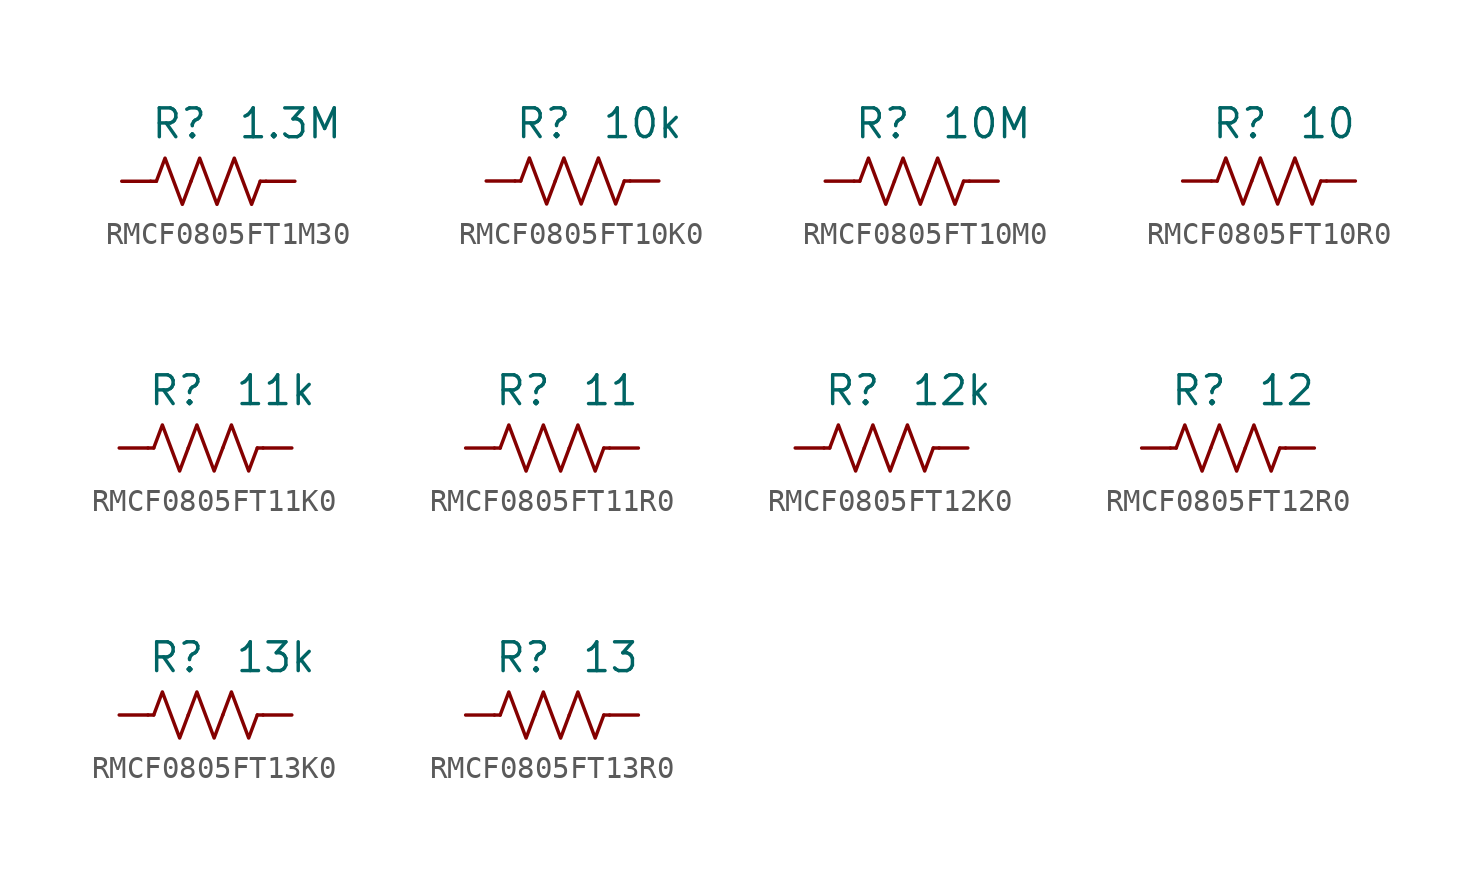
<source format=kicad_sym>
(kicad_symbol_lib
  (version 20241209)
  (generator "kicad_symbol_editor")
  (generator_version "9.0")
  (symbol "RMCF0805FT1M30"
    (pin_numbers
      (hide yes))
    (property "Reference" "R"
      (at 0 2.54 0)
      (effects (font (size 1.27 1.27)) (justify right)))
    (property "Value" "1.3M"
      (at 1.27 2.54 0)
      (effects (font (size 1.27 1.27)) (justify left)))
    (symbol "RMCF0805FT1M30_0_1"
      (polyline (pts (xy -2.286 0) (xy -2.54 0)) (stroke (width 0) (type default)) (fill (type none)))
      (polyline (pts (xy -2.286 0) (xy -1.905 1.016) (xy -1.524 0) (xy -1.143 -1.016) (xy -0.762 0)) (stroke (width 0) (type default)) (fill (type none)))
      (polyline (pts (xy -0.762 0) (xy -0.381 1.016) (xy 0 0) (xy 0.381 -1.016) (xy 0.762 0)) (stroke (width 0) (type default)) (fill (type none)))
      (polyline (pts (xy 0.762 0) (xy 1.143 1.016) (xy 1.524 0) (xy 1.905 -1.016) (xy 2.286 0)) (stroke (width 0) (type default)) (fill (type none)))
      (polyline (pts (xy 2.286 0) (xy 2.54 0)) (stroke (width 0) (type default)) (fill (type none))))
    (symbol "RMCF0805FT1M30_1_1"
      (pin passive line (at -3.81 0 0) (length 1.27) (name "~" (effects (font (size 1.27 1.27)))) (number "1" (effects (font (size 1.27 1.27)))))
      (pin passive line (at 3.81 0 180) (length 1.27) (name "~" (effects (font (size 1.27 1.27)))) (number "2" (effects (font (size 1.27 1.27)))))))
  (symbol "RMCF0805FT10K0"
    (pin_numbers
      (hide yes))
    (property "Reference" "R"
      (at 0 2.54 0)
      (effects (font (size 1.27 1.27)) (justify right)))
    (property "Value" "10k"
      (at 1.27 2.54 0)
      (effects (font (size 1.27 1.27)) (justify left)))
    (symbol "RMCF0805FT10K0_0_1"
      (polyline (pts (xy -2.286 0) (xy -2.54 0)) (stroke (width 0) (type default)) (fill (type none)))
      (polyline (pts (xy -2.286 0) (xy -1.905 1.016) (xy -1.524 0) (xy -1.143 -1.016) (xy -0.762 0)) (stroke (width 0) (type default)) (fill (type none)))
      (polyline (pts (xy -0.762 0) (xy -0.381 1.016) (xy 0 0) (xy 0.381 -1.016) (xy 0.762 0)) (stroke (width 0) (type default)) (fill (type none)))
      (polyline (pts (xy 0.762 0) (xy 1.143 1.016) (xy 1.524 0) (xy 1.905 -1.016) (xy 2.286 0)) (stroke (width 0) (type default)) (fill (type none)))
      (polyline (pts (xy 2.286 0) (xy 2.54 0)) (stroke (width 0) (type default)) (fill (type none))))
    (symbol "RMCF0805FT10K0_1_1"
      (pin passive line (at -3.81 0 0) (length 1.27) (name "~" (effects (font (size 1.27 1.27)))) (number "1" (effects (font (size 1.27 1.27)))))
      (pin passive line (at 3.81 0 180) (length 1.27) (name "~" (effects (font (size 1.27 1.27)))) (number "2" (effects (font (size 1.27 1.27)))))))
  (symbol "RMCF0805FT10M0"
    (pin_numbers
      (hide yes))
    (property "Reference" "R"
      (at 0 2.54 0)
      (effects (font (size 1.27 1.27)) (justify right)))
    (property "Value" "10M"
      (at 1.27 2.54 0)
      (effects (font (size 1.27 1.27)) (justify left)))
    (symbol "RMCF0805FT10M0_0_1"
      (polyline (pts (xy -2.286 0) (xy -2.54 0)) (stroke (width 0) (type default)) (fill (type none)))
      (polyline (pts (xy -2.286 0) (xy -1.905 1.016) (xy -1.524 0) (xy -1.143 -1.016) (xy -0.762 0)) (stroke (width 0) (type default)) (fill (type none)))
      (polyline (pts (xy -0.762 0) (xy -0.381 1.016) (xy 0 0) (xy 0.381 -1.016) (xy 0.762 0)) (stroke (width 0) (type default)) (fill (type none)))
      (polyline (pts (xy 0.762 0) (xy 1.143 1.016) (xy 1.524 0) (xy 1.905 -1.016) (xy 2.286 0)) (stroke (width 0) (type default)) (fill (type none)))
      (polyline (pts (xy 2.286 0) (xy 2.54 0)) (stroke (width 0) (type default)) (fill (type none))))
    (symbol "RMCF0805FT10M0_1_1"
      (pin passive line (at -3.81 0 0) (length 1.27) (name "~" (effects (font (size 1.27 1.27)))) (number "1" (effects (font (size 1.27 1.27)))))
      (pin passive line (at 3.81 0 180) (length 1.27) (name "~" (effects (font (size 1.27 1.27)))) (number "2" (effects (font (size 1.27 1.27)))))))
  (symbol "RMCF0805FT10R0"
    (pin_numbers
      (hide yes))
    (property "Reference" "R"
      (at 0 2.54 0)
      (effects (font (size 1.27 1.27)) (justify right)))
    (property "Value" "10"
      (at 1.27 2.54 0)
      (effects (font (size 1.27 1.27)) (justify left)))
    (symbol "RMCF0805FT10R0_0_1"
      (polyline (pts (xy -2.286 0) (xy -2.54 0)) (stroke (width 0) (type default)) (fill (type none)))
      (polyline (pts (xy -2.286 0) (xy -1.905 1.016) (xy -1.524 0) (xy -1.143 -1.016) (xy -0.762 0)) (stroke (width 0) (type default)) (fill (type none)))
      (polyline (pts (xy -0.762 0) (xy -0.381 1.016) (xy 0 0) (xy 0.381 -1.016) (xy 0.762 0)) (stroke (width 0) (type default)) (fill (type none)))
      (polyline (pts (xy 0.762 0) (xy 1.143 1.016) (xy 1.524 0) (xy 1.905 -1.016) (xy 2.286 0)) (stroke (width 0) (type default)) (fill (type none)))
      (polyline (pts (xy 2.286 0) (xy 2.54 0)) (stroke (width 0) (type default)) (fill (type none))))
    (symbol "RMCF0805FT10R0_1_1"
      (pin passive line (at -3.81 0 0) (length 1.27) (name "~" (effects (font (size 1.27 1.27)))) (number "1" (effects (font (size 1.27 1.27)))))
      (pin passive line (at 3.81 0 180) (length 1.27) (name "~" (effects (font (size 1.27 1.27)))) (number "2" (effects (font (size 1.27 1.27)))))))
  (symbol "RMCF0805FT11K0"
    (pin_numbers
      (hide yes))
    (property "Reference" "R"
      (at 0 2.54 0)
      (effects (font (size 1.27 1.27)) (justify right)))
    (property "Value" "11k"
      (at 1.27 2.54 0)
      (effects (font (size 1.27 1.27)) (justify left)))
    (symbol "RMCF0805FT11K0_0_1"
      (polyline (pts (xy -2.286 0) (xy -2.54 0)) (stroke (width 0) (type default)) (fill (type none)))
      (polyline (pts (xy -2.286 0) (xy -1.905 1.016) (xy -1.524 0) (xy -1.143 -1.016) (xy -0.762 0)) (stroke (width 0) (type default)) (fill (type none)))
      (polyline (pts (xy -0.762 0) (xy -0.381 1.016) (xy 0 0) (xy 0.381 -1.016) (xy 0.762 0)) (stroke (width 0) (type default)) (fill (type none)))
      (polyline (pts (xy 0.762 0) (xy 1.143 1.016) (xy 1.524 0) (xy 1.905 -1.016) (xy 2.286 0)) (stroke (width 0) (type default)) (fill (type none)))
      (polyline (pts (xy 2.286 0) (xy 2.54 0)) (stroke (width 0) (type default)) (fill (type none))))
    (symbol "RMCF0805FT11K0_1_1"
      (pin passive line (at -3.81 0 0) (length 1.27) (name "~" (effects (font (size 1.27 1.27)))) (number "1" (effects (font (size 1.27 1.27)))))
      (pin passive line (at 3.81 0 180) (length 1.27) (name "~" (effects (font (size 1.27 1.27)))) (number "2" (effects (font (size 1.27 1.27)))))))
  (symbol "RMCF0805FT11R0"
    (pin_numbers
      (hide yes))
    (property "Reference" "R"
      (at 0 2.54 0)
      (effects (font (size 1.27 1.27)) (justify right)))
    (property "Value" "11"
      (at 1.27 2.54 0)
      (effects (font (size 1.27 1.27)) (justify left)))
    (symbol "RMCF0805FT11R0_0_1"
      (polyline (pts (xy -2.286 0) (xy -2.54 0)) (stroke (width 0) (type default)) (fill (type none)))
      (polyline (pts (xy -2.286 0) (xy -1.905 1.016) (xy -1.524 0) (xy -1.143 -1.016) (xy -0.762 0)) (stroke (width 0) (type default)) (fill (type none)))
      (polyline (pts (xy -0.762 0) (xy -0.381 1.016) (xy 0 0) (xy 0.381 -1.016) (xy 0.762 0)) (stroke (width 0) (type default)) (fill (type none)))
      (polyline (pts (xy 0.762 0) (xy 1.143 1.016) (xy 1.524 0) (xy 1.905 -1.016) (xy 2.286 0)) (stroke (width 0) (type default)) (fill (type none)))
      (polyline (pts (xy 2.286 0) (xy 2.54 0)) (stroke (width 0) (type default)) (fill (type none))))
    (symbol "RMCF0805FT11R0_1_1"
      (pin passive line (at -3.81 0 0) (length 1.27) (name "~" (effects (font (size 1.27 1.27)))) (number "1" (effects (font (size 1.27 1.27)))))
      (pin passive line (at 3.81 0 180) (length 1.27) (name "~" (effects (font (size 1.27 1.27)))) (number "2" (effects (font (size 1.27 1.27)))))))
  (symbol "RMCF0805FT12K0"
    (pin_numbers
      (hide yes))
    (property "Reference" "R"
      (at 0 2.54 0)
      (effects (font (size 1.27 1.27)) (justify right)))
    (property "Value" "12k"
      (at 1.27 2.54 0)
      (effects (font (size 1.27 1.27)) (justify left)))
    (symbol "RMCF0805FT12K0_0_1"
      (polyline (pts (xy -2.286 0) (xy -2.54 0)) (stroke (width 0) (type default)) (fill (type none)))
      (polyline (pts (xy -2.286 0) (xy -1.905 1.016) (xy -1.524 0) (xy -1.143 -1.016) (xy -0.762 0)) (stroke (width 0) (type default)) (fill (type none)))
      (polyline (pts (xy -0.762 0) (xy -0.381 1.016) (xy 0 0) (xy 0.381 -1.016) (xy 0.762 0)) (stroke (width 0) (type default)) (fill (type none)))
      (polyline (pts (xy 0.762 0) (xy 1.143 1.016) (xy 1.524 0) (xy 1.905 -1.016) (xy 2.286 0)) (stroke (width 0) (type default)) (fill (type none)))
      (polyline (pts (xy 2.286 0) (xy 2.54 0)) (stroke (width 0) (type default)) (fill (type none))))
    (symbol "RMCF0805FT12K0_1_1"
      (pin passive line (at -3.81 0 0) (length 1.27) (name "~" (effects (font (size 1.27 1.27)))) (number "1" (effects (font (size 1.27 1.27)))))
      (pin passive line (at 3.81 0 180) (length 1.27) (name "~" (effects (font (size 1.27 1.27)))) (number "2" (effects (font (size 1.27 1.27)))))))
  (symbol "RMCF0805FT12R0"
    (pin_numbers
      (hide yes))
    (property "Reference" "R"
      (at 0 2.54 0)
      (effects (font (size 1.27 1.27)) (justify right)))
    (property "Value" "12"
      (at 1.27 2.54 0)
      (effects (font (size 1.27 1.27)) (justify left)))
    (symbol "RMCF0805FT12R0_0_1"
      (polyline (pts (xy -2.286 0) (xy -2.54 0)) (stroke (width 0) (type default)) (fill (type none)))
      (polyline (pts (xy -2.286 0) (xy -1.905 1.016) (xy -1.524 0) (xy -1.143 -1.016) (xy -0.762 0)) (stroke (width 0) (type default)) (fill (type none)))
      (polyline (pts (xy -0.762 0) (xy -0.381 1.016) (xy 0 0) (xy 0.381 -1.016) (xy 0.762 0)) (stroke (width 0) (type default)) (fill (type none)))
      (polyline (pts (xy 0.762 0) (xy 1.143 1.016) (xy 1.524 0) (xy 1.905 -1.016) (xy 2.286 0)) (stroke (width 0) (type default)) (fill (type none)))
      (polyline (pts (xy 2.286 0) (xy 2.54 0)) (stroke (width 0) (type default)) (fill (type none))))
    (symbol "RMCF0805FT12R0_1_1"
      (pin passive line (at -3.81 0 0) (length 1.27) (name "~" (effects (font (size 1.27 1.27)))) (number "1" (effects (font (size 1.27 1.27)))))
      (pin passive line (at 3.81 0 180) (length 1.27) (name "~" (effects (font (size 1.27 1.27)))) (number "2" (effects (font (size 1.27 1.27)))))))
  (symbol "RMCF0805FT13K0"
    (pin_numbers
      (hide yes))
    (property "Reference" "R"
      (at 0 2.54 0)
      (effects (font (size 1.27 1.27)) (justify right)))
    (property "Value" "13k"
      (at 1.27 2.54 0)
      (effects (font (size 1.27 1.27)) (justify left)))
    (symbol "RMCF0805FT13K0_0_1"
      (polyline (pts (xy -2.286 0) (xy -2.54 0)) (stroke (width 0) (type default)) (fill (type none)))
      (polyline (pts (xy -2.286 0) (xy -1.905 1.016) (xy -1.524 0) (xy -1.143 -1.016) (xy -0.762 0)) (stroke (width 0) (type default)) (fill (type none)))
      (polyline (pts (xy -0.762 0) (xy -0.381 1.016) (xy 0 0) (xy 0.381 -1.016) (xy 0.762 0)) (stroke (width 0) (type default)) (fill (type none)))
      (polyline (pts (xy 0.762 0) (xy 1.143 1.016) (xy 1.524 0) (xy 1.905 -1.016) (xy 2.286 0)) (stroke (width 0) (type default)) (fill (type none)))
      (polyline (pts (xy 2.286 0) (xy 2.54 0)) (stroke (width 0) (type default)) (fill (type none))))
    (symbol "RMCF0805FT13K0_1_1"
      (pin passive line (at -3.81 0 0) (length 1.27) (name "~" (effects (font (size 1.27 1.27)))) (number "1" (effects (font (size 1.27 1.27)))))
      (pin passive line (at 3.81 0 180) (length 1.27) (name "~" (effects (font (size 1.27 1.27)))) (number "2" (effects (font (size 1.27 1.27)))))))
  (symbol "RMCF0805FT13R0"
    (pin_numbers
      (hide yes))
    (property "Reference" "R"
      (at 0 2.54 0)
      (effects (font (size 1.27 1.27)) (justify right)))
    (property "Value" "13"
      (at 1.27 2.54 0)
      (effects (font (size 1.27 1.27)) (justify left)))
    (symbol "RMCF0805FT13R0_0_1"
      (polyline (pts (xy -2.286 0) (xy -2.54 0)) (stroke (width 0) (type default)) (fill (type none)))
      (polyline (pts (xy -2.286 0) (xy -1.905 1.016) (xy -1.524 0) (xy -1.143 -1.016) (xy -0.762 0)) (stroke (width 0) (type default)) (fill (type none)))
      (polyline (pts (xy -0.762 0) (xy -0.381 1.016) (xy 0 0) (xy 0.381 -1.016) (xy 0.762 0)) (stroke (width 0) (type default)) (fill (type none)))
      (polyline (pts (xy 0.762 0) (xy 1.143 1.016) (xy 1.524 0) (xy 1.905 -1.016) (xy 2.286 0)) (stroke (width 0) (type default)) (fill (type none)))
      (polyline (pts (xy 2.286 0) (xy 2.54 0)) (stroke (width 0) (type default)) (fill (type none))))
    (symbol "RMCF0805FT13R0_1_1"
      (pin passive line (at -3.81 0 0) (length 1.27) (name "~" (effects (font (size 1.27 1.27)))) (number "1" (effects (font (size 1.27 1.27)))))
      (pin passive line (at 3.81 0 180) (length 1.27) (name "~" (effects (font (size 1.27 1.27)))) (number "2" (effects (font (size 1.27 1.27))))))))
</source>
